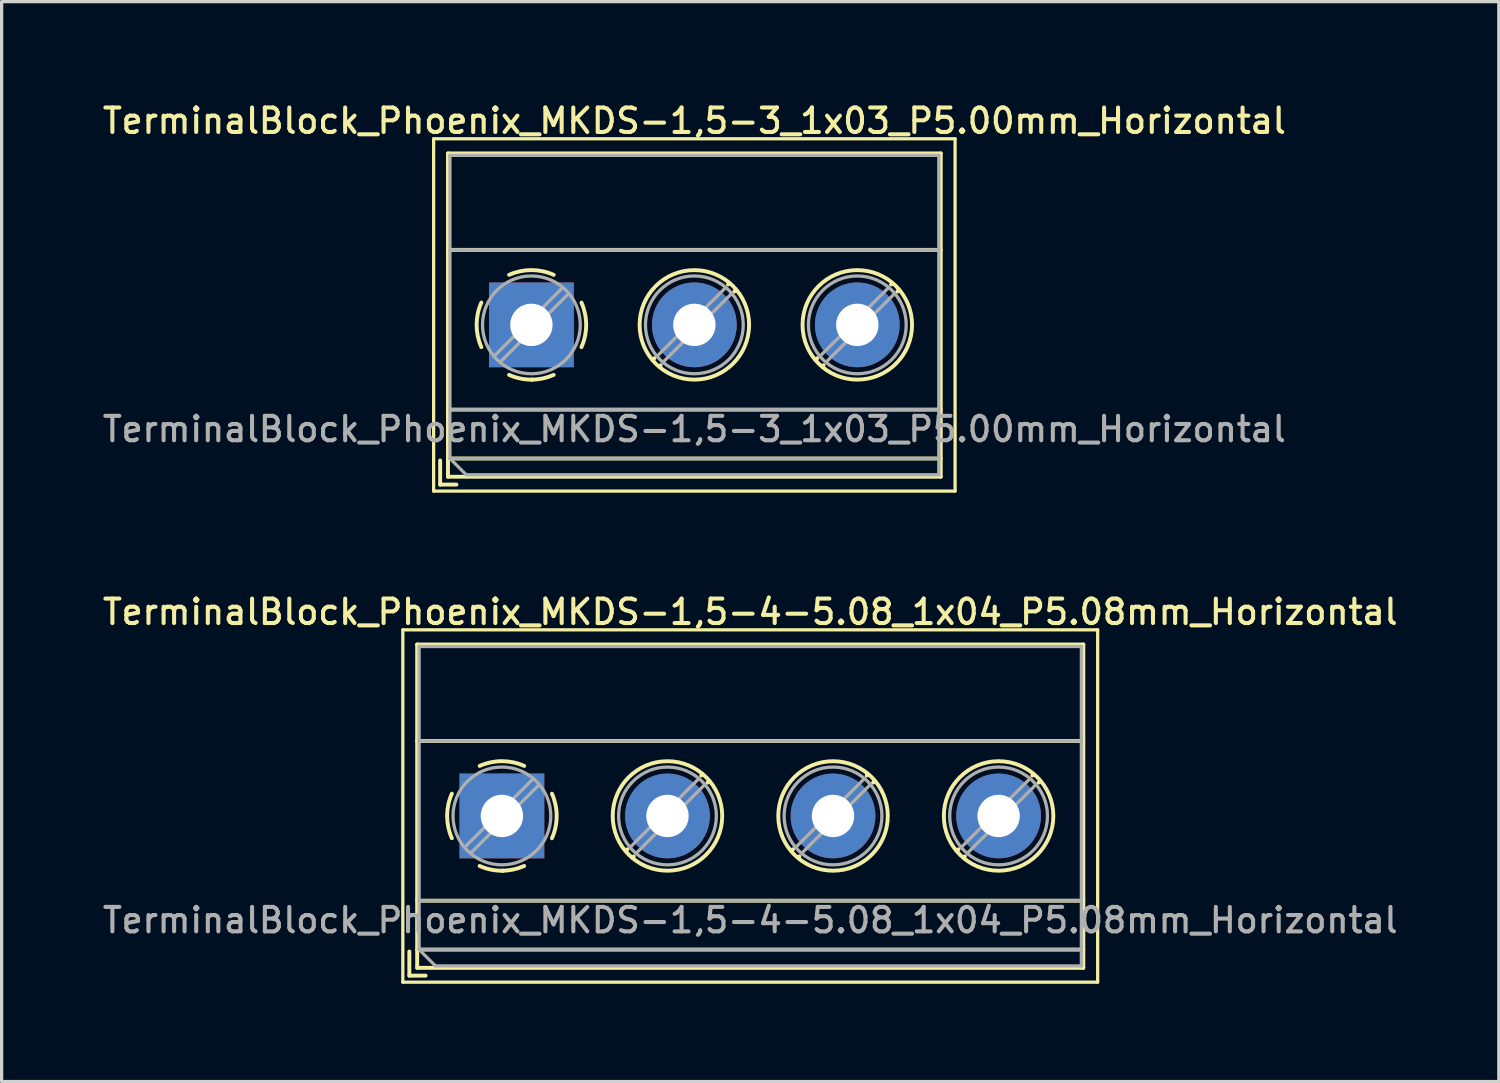
<source format=kicad_pcb>
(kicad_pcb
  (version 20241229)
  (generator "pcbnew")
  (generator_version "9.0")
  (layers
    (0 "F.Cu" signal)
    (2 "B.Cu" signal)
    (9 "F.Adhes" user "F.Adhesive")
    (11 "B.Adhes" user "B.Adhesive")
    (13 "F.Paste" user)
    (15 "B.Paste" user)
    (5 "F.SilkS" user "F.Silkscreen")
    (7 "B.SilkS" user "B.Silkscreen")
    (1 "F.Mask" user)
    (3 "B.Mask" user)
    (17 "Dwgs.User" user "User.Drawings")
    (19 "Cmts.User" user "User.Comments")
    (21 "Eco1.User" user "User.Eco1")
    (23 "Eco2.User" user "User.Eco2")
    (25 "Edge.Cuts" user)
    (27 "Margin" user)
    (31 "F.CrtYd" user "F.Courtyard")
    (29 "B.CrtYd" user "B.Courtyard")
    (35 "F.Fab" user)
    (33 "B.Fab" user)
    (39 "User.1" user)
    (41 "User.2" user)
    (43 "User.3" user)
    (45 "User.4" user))
  (footprint "TerminalBlock_Phoenix_MKDS-1,5-3_1x03_P5.00mm_Horizontal"
    (layer "F.Cu")
    (at 13.255 6.918)
    (property "Reference" "TerminalBlock_Phoenix_MKDS-1,5-3_1x03_P5.00mm_Horizontal" (at 5 -6.26 0) (layer "F.SilkS") (effects (font (size 0.75 0.75) (thickness 0.125))))
    (attr through_hole)
    (fp_line (start -3 -5.71) (end -3 5.1) (stroke (width 0.1) (type solid)) (layer "F.SilkS"))
    (fp_line (start -3 5.1) (end 13 5.1) (stroke (width 0.1) (type solid)) (layer "F.SilkS"))
    (fp_line (start -2.8 4.16) (end -2.8 4.9) (stroke (width 0.12) (type solid)) (layer "F.SilkS"))
    (fp_line (start -2.8 4.9) (end -2.3 4.9) (stroke (width 0.12) (type solid)) (layer "F.SilkS"))
    (fp_line (start -2.56 -5.261) (end -2.56 4.66) (stroke (width 0.12) (type solid)) (layer "F.SilkS"))
    (fp_line (start -2.56 -5.261) (end 12.56 -5.261) (stroke (width 0.12) (type solid)) (layer "F.SilkS"))
    (fp_line (start -2.56 -2.301) (end 12.56 -2.301) (stroke (width 0.12) (type solid)) (layer "F.SilkS"))
    (fp_line (start -2.56 2.6) (end 12.56 2.6) (stroke (width 0.12) (type solid)) (layer "F.SilkS"))
    (fp_line (start -2.56 4.1) (end 12.56 4.1) (stroke (width 0.12) (type solid)) (layer "F.SilkS"))
    (fp_line (start -2.56 4.66) (end 12.56 4.66) (stroke (width 0.12) (type solid)) (layer "F.SilkS"))
    (fp_line (start 3.773 1.023) (end 3.726 1.069) (stroke (width 0.12) (type solid)) (layer "F.SilkS"))
    (fp_line (start 3.966 1.239) (end 3.931 1.274) (stroke (width 0.12) (type solid)) (layer "F.SilkS"))
    (fp_line (start 6.07 -1.275) (end 6.035 -1.239) (stroke (width 0.12) (type solid)) (layer "F.SilkS"))
    (fp_line (start 6.275 -1.069) (end 6.228 -1.023) (stroke (width 0.12) (type solid)) (layer "F.SilkS"))
    (fp_line (start 8.773 1.023) (end 8.726 1.069) (stroke (width 0.12) (type solid)) (layer "F.SilkS"))
    (fp_line (start 8.966 1.239) (end 8.931 1.274) (stroke (width 0.12) (type solid)) (layer "F.SilkS"))
    (fp_line (start 11.07 -1.275) (end 11.035 -1.239) (stroke (width 0.12) (type solid)) (layer "F.SilkS"))
    (fp_line (start 11.275 -1.069) (end 11.228 -1.023) (stroke (width 0.12) (type solid)) (layer "F.SilkS"))
    (fp_line (start 12.56 -5.261) (end 12.56 4.66) (stroke (width 0.12) (type solid)) (layer "F.SilkS"))
    (fp_line (start 13 -5.71) (end -3 -5.71) (stroke (width 0.1) (type solid)) (layer "F.SilkS"))
    (fp_line (start 13 5.1) (end 13 -5.71) (stroke (width 0.1) (type solid)) (layer "F.SilkS"))
    (fp_arc (start -1.535427 0.683042) (mid -1.680501 -0.000524) (end -1.535 -0.684) (stroke (width 0.12) (type solid)) (layer "F.SilkS"))
    (fp_arc (start -0.683042 -1.535427) (mid 0.000524 -1.680501) (end 0.684 -1.535) (stroke (width 0.12) (type solid)) (layer "F.SilkS"))
    (fp_arc (start 0.028805 1.680253) (mid -0.335551 1.646659) (end -0.684 1.535) (stroke (width 0.12) (type solid)) (layer "F.SilkS"))
    (fp_arc (start 0.683318 1.534756) (mid 0.349292 1.643288) (end 0 1.68) (stroke (width 0.12) (type solid)) (layer "F.SilkS"))
    (fp_arc (start 1.535427 -0.683042) (mid 1.680501 0.000524) (end 1.535 0.684) (stroke (width 0.12) (type solid)) (layer "F.SilkS"))
    (fp_circle (center 5 0) (end 6.68 0) (stroke (width 0.12) (type solid)) (fill no) (layer "F.SilkS"))
    (fp_circle (center 10 0) (end 11.68 0) (stroke (width 0.12) (type solid)) (fill no) (layer "F.SilkS"))
    (fp_line (start -2.5 -5.2) (end 12.5 -5.2) (stroke (width 0.1) (type solid)) (layer "F.Fab"))
    (fp_line (start -2.5 -2.3) (end 12.5 -2.3) (stroke (width 0.1) (type solid)) (layer "F.Fab"))
    (fp_line (start -2.5 2.6) (end 12.5 2.6) (stroke (width 0.1) (type solid)) (layer "F.Fab"))
    (fp_line (start -2.5 4.1) (end -2.5 -5.2) (stroke (width 0.1) (type solid)) (layer "F.Fab"))
    (fp_line (start -2.5 4.1) (end 12.5 4.1) (stroke (width 0.1) (type solid)) (layer "F.Fab"))
    (fp_line (start -2 4.6) (end -2.5 4.1) (stroke (width 0.1) (type solid)) (layer "F.Fab"))
    (fp_line (start 0.955 -1.138) (end -1.138 0.955) (stroke (width 0.1) (type solid)) (layer "F.Fab"))
    (fp_line (start 1.138 -0.955) (end -0.955 1.138) (stroke (width 0.1) (type solid)) (layer "F.Fab"))
    (fp_line (start 5.955 -1.138) (end 3.863 0.955) (stroke (width 0.1) (type solid)) (layer "F.Fab"))
    (fp_line (start 6.138 -0.955) (end 4.046 1.138) (stroke (width 0.1) (type solid)) (layer "F.Fab"))
    (fp_line (start 10.955 -1.138) (end 8.863 0.955) (stroke (width 0.1) (type solid)) (layer "F.Fab"))
    (fp_line (start 11.138 -0.955) (end 9.046 1.138) (stroke (width 0.1) (type solid)) (layer "F.Fab"))
    (fp_line (start 12.5 -5.2) (end 12.5 4.6) (stroke (width 0.1) (type solid)) (layer "F.Fab"))
    (fp_line (start 12.5 4.6) (end -2 4.6) (stroke (width 0.1) (type solid)) (layer "F.Fab"))
    (fp_circle (center 0 0) (end 1.5 0) (stroke (width 0.1) (type solid)) (fill no) (layer "F.Fab"))
    (fp_circle (center 5 0) (end 6.5 0) (stroke (width 0.1) (type solid)) (fill no) (layer "F.Fab"))
    (fp_circle (center 10 0) (end 11.5 0) (stroke (width 0.1) (type solid)) (fill no) (layer "F.Fab"))
    (fp_text user "${REFERENCE}" (at 5 3.2 0) (layer "F.Fab") (effects (font (size 0.75 0.75) (thickness 0.125))))
    (pad "1" thru_hole rect (at 0 0) (size 2.6 2.6) (drill 1.3) (layers "*.Cu" "*.Mask"))
    (pad "2" thru_hole circle (at 5 0) (size 2.6 2.6) (drill 1.3) (layers "*.Cu" "*.Mask"))
    (pad "3" thru_hole circle (at 10 0) (size 2.6 2.6) (drill 1.3) (layers "*.Cu" "*.Mask")))
  (footprint "TerminalBlock_Phoenix_MKDS-1,5-4-5.08_1x04_P5.08mm_Horizontal"
    (layer "F.Cu")
    (at 12.35 21.986)
    (property "Reference" "TerminalBlock_Phoenix_MKDS-1,5-4-5.08_1x04_P5.08mm_Horizontal" (at 7.62 -6.26 0) (layer "F.SilkS") (effects (font (size 0.75 0.75) (thickness 0.125))))
    (attr through_hole)
    (fp_line (start -3.04 -5.71) (end -3.04 5.1) (stroke (width 0.1) (type solid)) (layer "F.SilkS"))
    (fp_line (start -3.04 5.1) (end 18.28 5.1) (stroke (width 0.1) (type solid)) (layer "F.SilkS"))
    (fp_line (start -2.84 4.16) (end -2.84 4.9) (stroke (width 0.12) (type solid)) (layer "F.SilkS"))
    (fp_line (start -2.84 4.9) (end -2.34 4.9) (stroke (width 0.12) (type solid)) (layer "F.SilkS"))
    (fp_line (start -2.6 -5.261) (end -2.6 4.66) (stroke (width 0.12) (type solid)) (layer "F.SilkS"))
    (fp_line (start -2.6 -5.261) (end 17.84 -5.261) (stroke (width 0.12) (type solid)) (layer "F.SilkS"))
    (fp_line (start -2.6 -2.301) (end 17.84 -2.301) (stroke (width 0.12) (type solid)) (layer "F.SilkS"))
    (fp_line (start -2.6 2.6) (end 17.84 2.6) (stroke (width 0.12) (type solid)) (layer "F.SilkS"))
    (fp_line (start -2.6 4.1) (end 17.84 4.1) (stroke (width 0.12) (type solid)) (layer "F.SilkS"))
    (fp_line (start -2.6 4.66) (end 17.84 4.66) (stroke (width 0.12) (type solid)) (layer "F.SilkS"))
    (fp_line (start 3.853 1.023) (end 3.806 1.069) (stroke (width 0.12) (type solid)) (layer "F.SilkS"))
    (fp_line (start 4.046 1.239) (end 4.011 1.274) (stroke (width 0.12) (type solid)) (layer "F.SilkS"))
    (fp_line (start 6.15 -1.275) (end 6.115 -1.239) (stroke (width 0.12) (type solid)) (layer "F.SilkS"))
    (fp_line (start 6.355 -1.069) (end 6.308 -1.023) (stroke (width 0.12) (type solid)) (layer "F.SilkS"))
    (fp_line (start 8.933 1.023) (end 8.886 1.069) (stroke (width 0.12) (type solid)) (layer "F.SilkS"))
    (fp_line (start 9.126 1.239) (end 9.091 1.274) (stroke (width 0.12) (type solid)) (layer "F.SilkS"))
    (fp_line (start 11.23 -1.275) (end 11.195 -1.239) (stroke (width 0.12) (type solid)) (layer "F.SilkS"))
    (fp_line (start 11.435 -1.069) (end 11.388 -1.023) (stroke (width 0.12) (type solid)) (layer "F.SilkS"))
    (fp_line (start 14.013 1.023) (end 13.966 1.069) (stroke (width 0.12) (type solid)) (layer "F.SilkS"))
    (fp_line (start 14.206 1.239) (end 14.171 1.274) (stroke (width 0.12) (type solid)) (layer "F.SilkS"))
    (fp_line (start 16.31 -1.275) (end 16.275 -1.239) (stroke (width 0.12) (type solid)) (layer "F.SilkS"))
    (fp_line (start 16.515 -1.069) (end 16.468 -1.023) (stroke (width 0.12) (type solid)) (layer "F.SilkS"))
    (fp_line (start 17.84 -5.261) (end 17.84 4.66) (stroke (width 0.12) (type solid)) (layer "F.SilkS"))
    (fp_line (start 18.28 -5.71) (end -3.04 -5.71) (stroke (width 0.1) (type solid)) (layer "F.SilkS"))
    (fp_line (start 18.28 5.1) (end 18.28 -5.71) (stroke (width 0.1) (type solid)) (layer "F.SilkS"))
    (fp_arc (start -1.535427 0.683042) (mid -1.680501 -0.000524) (end -1.535 -0.684) (stroke (width 0.12) (type solid)) (layer "F.SilkS"))
    (fp_arc (start -0.683042 -1.535427) (mid 0.000524 -1.680501) (end 0.684 -1.535) (stroke (width 0.12) (type solid)) (layer "F.SilkS"))
    (fp_arc (start 0.028805 1.680253) (mid -0.335551 1.646659) (end -0.684 1.535) (stroke (width 0.12) (type solid)) (layer "F.SilkS"))
    (fp_arc (start 0.683318 1.534756) (mid 0.349292 1.643288) (end 0 1.68) (stroke (width 0.12) (type solid)) (layer "F.SilkS"))
    (fp_arc (start 1.535427 -0.683042) (mid 1.680501 0.000524) (end 1.535 0.684) (stroke (width 0.12) (type solid)) (layer "F.SilkS"))
    (fp_circle (center 5.08 0) (end 6.76 0) (stroke (width 0.12) (type solid)) (fill no) (layer "F.SilkS"))
    (fp_circle (center 10.16 0) (end 11.84 0) (stroke (width 0.12) (type solid)) (fill no) (layer "F.SilkS"))
    (fp_circle (center 15.24 0) (end 16.92 0) (stroke (width 0.12) (type solid)) (fill no) (layer "F.SilkS"))
    (fp_line (start -2.54 -5.2) (end 17.78 -5.2) (stroke (width 0.1) (type solid)) (layer "F.Fab"))
    (fp_line (start -2.54 -2.3) (end 17.78 -2.3) (stroke (width 0.1) (type solid)) (layer "F.Fab"))
    (fp_line (start -2.54 2.6) (end 17.78 2.6) (stroke (width 0.1) (type solid)) (layer "F.Fab"))
    (fp_line (start -2.54 4.1) (end -2.54 -5.2) (stroke (width 0.1) (type solid)) (layer "F.Fab"))
    (fp_line (start -2.54 4.1) (end 17.78 4.1) (stroke (width 0.1) (type solid)) (layer "F.Fab"))
    (fp_line (start -2.04 4.6) (end -2.54 4.1) (stroke (width 0.1) (type solid)) (layer "F.Fab"))
    (fp_line (start 0.955 -1.138) (end -1.138 0.955) (stroke (width 0.1) (type solid)) (layer "F.Fab"))
    (fp_line (start 1.138 -0.955) (end -0.955 1.138) (stroke (width 0.1) (type solid)) (layer "F.Fab"))
    (fp_line (start 6.035 -1.138) (end 3.943 0.955) (stroke (width 0.1) (type solid)) (layer "F.Fab"))
    (fp_line (start 6.218 -0.955) (end 4.126 1.138) (stroke (width 0.1) (type solid)) (layer "F.Fab"))
    (fp_line (start 11.115 -1.138) (end 9.023 0.955) (stroke (width 0.1) (type solid)) (layer "F.Fab"))
    (fp_line (start 11.298 -0.955) (end 9.206 1.138) (stroke (width 0.1) (type solid)) (layer "F.Fab"))
    (fp_line (start 16.195 -1.138) (end 14.103 0.955) (stroke (width 0.1) (type solid)) (layer "F.Fab"))
    (fp_line (start 16.378 -0.955) (end 14.286 1.138) (stroke (width 0.1) (type solid)) (layer "F.Fab"))
    (fp_line (start 17.78 -5.2) (end 17.78 4.6) (stroke (width 0.1) (type solid)) (layer "F.Fab"))
    (fp_line (start 17.78 4.6) (end -2.04 4.6) (stroke (width 0.1) (type solid)) (layer "F.Fab"))
    (fp_circle (center 0 0) (end 1.5 0) (stroke (width 0.1) (type solid)) (fill no) (layer "F.Fab"))
    (fp_circle (center 5.08 0) (end 6.58 0) (stroke (width 0.1) (type solid)) (fill no) (layer "F.Fab"))
    (fp_circle (center 10.16 0) (end 11.66 0) (stroke (width 0.1) (type solid)) (fill no) (layer "F.Fab"))
    (fp_circle (center 15.24 0) (end 16.74 0) (stroke (width 0.1) (type solid)) (fill no) (layer "F.Fab"))
    (fp_text user "${REFERENCE}" (at 7.62 3.2 0) (layer "F.Fab") (effects (font (size 0.75 0.75) (thickness 0.125))))
    (pad "1" thru_hole rect (at 0 0) (size 2.6 2.6) (drill 1.3) (layers "*.Cu" "*.Mask"))
    (pad "2" thru_hole circle (at 5.08 0) (size 2.6 2.6) (drill 1.3) (layers "*.Cu" "*.Mask"))
    (pad "3" thru_hole circle (at 10.16 0) (size 2.6 2.6) (drill 1.3) (layers "*.Cu" "*.Mask"))
    (pad "4" thru_hole circle (at 15.24 0) (size 2.6 2.6) (drill 1.3) (layers "*.Cu" "*.Mask")))
  (gr_rect
    (start -3 -3)
    (end 42.939 30.136)
    (stroke (width 0.1) (type default))
    (fill no)
    (layer "Edge.Cuts")))
</source>
